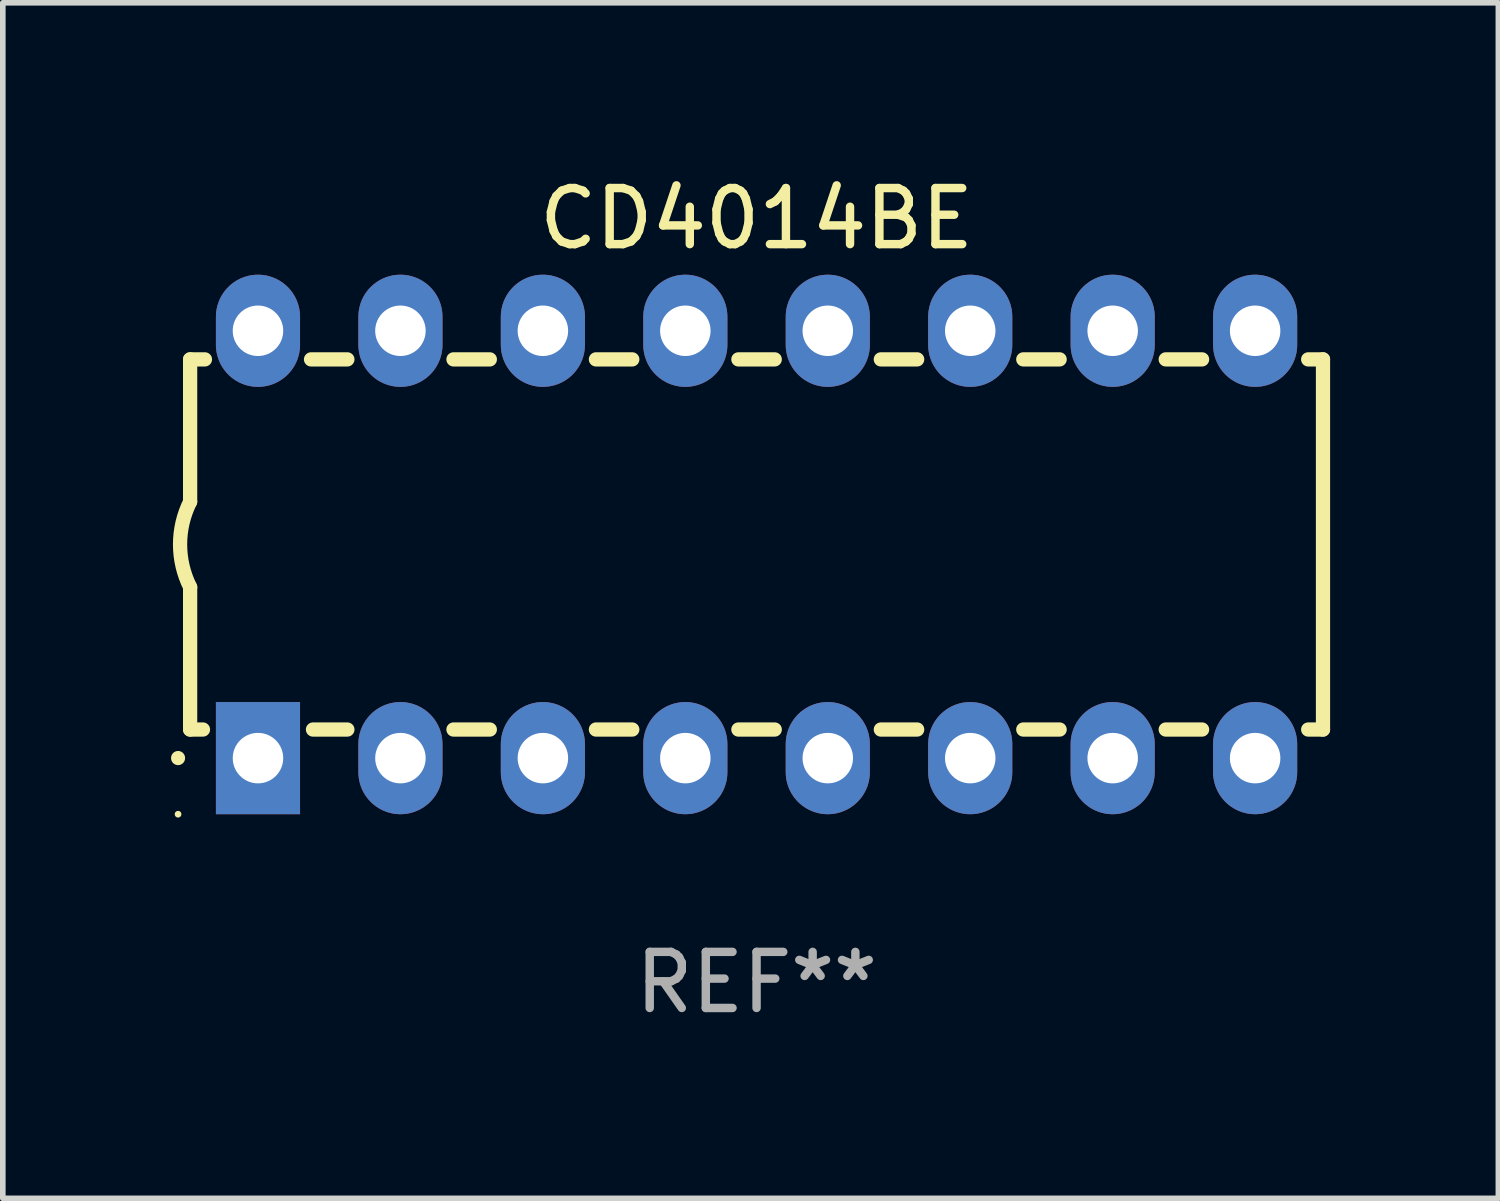
<source format=kicad_pcb>
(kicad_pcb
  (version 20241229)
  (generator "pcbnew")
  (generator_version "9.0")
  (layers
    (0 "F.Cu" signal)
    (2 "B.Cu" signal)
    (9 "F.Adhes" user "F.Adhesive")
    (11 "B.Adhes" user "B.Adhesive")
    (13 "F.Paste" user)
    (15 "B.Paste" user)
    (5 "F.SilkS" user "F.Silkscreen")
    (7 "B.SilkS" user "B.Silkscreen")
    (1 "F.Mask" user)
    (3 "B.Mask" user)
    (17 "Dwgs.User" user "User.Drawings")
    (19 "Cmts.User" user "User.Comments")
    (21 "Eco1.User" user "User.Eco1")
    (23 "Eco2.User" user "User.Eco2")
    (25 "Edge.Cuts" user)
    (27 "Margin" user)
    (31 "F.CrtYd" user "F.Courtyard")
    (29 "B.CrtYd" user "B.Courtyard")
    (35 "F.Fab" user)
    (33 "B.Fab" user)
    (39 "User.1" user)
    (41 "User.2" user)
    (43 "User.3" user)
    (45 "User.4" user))
  (footprint "CD4014BE"
    (layer "F.Cu")
    (at 10.44 6.658)
    (property "Reference" "CD4014BE" (at 0 -5.81 0) (layer "F.SilkS") (effects (font (size 1 1) (thickness 0.15))))
    (attr through_hole)
    (fp_line (start -10.1 -3.3) (end -10.1 -0.762) (stroke (width 0.254) (type solid)) (layer "F.SilkS"))
    (fp_line (start -10.1 -3.3) (end -9.836 -3.3) (stroke (width 0.254) (type solid)) (layer "F.SilkS"))
    (fp_line (start -10.1 3.3) (end -10.1 0.762) (stroke (width 0.254) (type solid)) (layer "F.SilkS"))
    (fp_line (start -9.871 3.3) (end -10.1 3.3) (stroke (width 0.254) (type solid)) (layer "F.SilkS"))
    (fp_line (start -7.944 -3.3) (end -7.296 -3.3) (stroke (width 0.254) (type solid)) (layer "F.SilkS"))
    (fp_line (start -7.296 3.3) (end -7.909 3.3) (stroke (width 0.254) (type solid)) (layer "F.SilkS"))
    (fp_line (start -5.404 -3.3) (end -4.756 -3.3) (stroke (width 0.254) (type solid)) (layer "F.SilkS"))
    (fp_line (start -4.756 3.3) (end -5.404 3.3) (stroke (width 0.254) (type solid)) (layer "F.SilkS"))
    (fp_line (start -2.864 -3.3) (end -2.216 -3.3) (stroke (width 0.254) (type solid)) (layer "F.SilkS"))
    (fp_line (start -2.216 3.3) (end -2.864 3.3) (stroke (width 0.254) (type solid)) (layer "F.SilkS"))
    (fp_line (start -0.324 -3.3) (end 0.324 -3.3) (stroke (width 0.254) (type solid)) (layer "F.SilkS"))
    (fp_line (start 0.324 3.3) (end -0.324 3.3) (stroke (width 0.254) (type solid)) (layer "F.SilkS"))
    (fp_line (start 2.216 -3.3) (end 2.864 -3.3) (stroke (width 0.254) (type solid)) (layer "F.SilkS"))
    (fp_line (start 2.864 3.3) (end 2.216 3.3) (stroke (width 0.254) (type solid)) (layer "F.SilkS"))
    (fp_line (start 4.756 -3.3) (end 5.404 -3.3) (stroke (width 0.254) (type solid)) (layer "F.SilkS"))
    (fp_line (start 5.404 3.3) (end 4.756 3.3) (stroke (width 0.254) (type solid)) (layer "F.SilkS"))
    (fp_line (start 7.296 -3.3) (end 7.944 -3.3) (stroke (width 0.254) (type solid)) (layer "F.SilkS"))
    (fp_line (start 7.944 3.3) (end 7.296 3.3) (stroke (width 0.254) (type solid)) (layer "F.SilkS"))
    (fp_line (start 9.836 -3.3) (end 10.1 -3.3) (stroke (width 0.254) (type solid)) (layer "F.SilkS"))
    (fp_line (start 10.1 3.3) (end 9.836 3.3) (stroke (width 0.254) (type solid)) (layer "F.SilkS"))
    (fp_line (start 10.1 3.3) (end 10.1 -3.3) (stroke (width 0.254) (type solid)) (layer "F.SilkS"))
    (fp_arc (start -10.314948 3.810008) (mid -10.314955 3.808738) (end -10.314948 3.807468) (stroke (width 0.25) (type solid)) (layer "F.SilkS"))
    (fp_arc (start -10.099048 0.762001) (mid -10.279271 0.000116) (end -10.100038 -0.762002) (stroke (width 0.254001) (type solid)) (layer "F.SilkS"))
    (fp_circle (center -10.315 4.81) (end -10.285 4.81) (stroke (width 0.06) (type solid)) (fill no) (layer "F.SilkS"))
    (fp_text user "REF**" (at 0 7.81 0) (layer "F.Fab") (effects (font (size 1 1) (thickness 0.15))))
    (pad "1" thru_hole rect (at -8.89 3.81 90) (size 2 1.5) (drill 0.9) (layers "*.Cu" "*.Mask"))
    (pad "2" thru_hole oval (at -6.35 3.81 90) (size 2 1.5) (drill 0.9) (layers "*.Cu" "*.Mask"))
    (pad "3" thru_hole oval (at -3.81 3.81 90) (size 2 1.5) (drill 0.9) (layers "*.Cu" "*.Mask"))
    (pad "4" thru_hole oval (at -1.27 3.81 90) (size 2 1.5) (drill 0.9) (layers "*.Cu" "*.Mask"))
    (pad "5" thru_hole oval (at 1.27 3.81 90) (size 2 1.5) (drill 0.9) (layers "*.Cu" "*.Mask"))
    (pad "6" thru_hole oval (at 3.81 3.81 90) (size 2 1.5) (drill 0.9) (layers "*.Cu" "*.Mask"))
    (pad "7" thru_hole oval (at 6.35 3.81 90) (size 2 1.5) (drill 0.9) (layers "*.Cu" "*.Mask"))
    (pad "8" thru_hole oval (at 8.89 3.81 90) (size 2 1.5) (drill 0.9) (layers "*.Cu" "*.Mask"))
    (pad "9" thru_hole oval (at 8.89 -3.81 90) (size 2 1.5) (drill 0.9) (layers "*.Cu" "*.Mask"))
    (pad "10" thru_hole oval (at 6.35 -3.81 90) (size 2 1.5) (drill 0.9) (layers "*.Cu" "*.Mask"))
    (pad "11" thru_hole oval (at 3.81 -3.81 90) (size 2 1.5) (drill 0.9) (layers "*.Cu" "*.Mask"))
    (pad "12" thru_hole oval (at 1.27 -3.81 90) (size 2 1.5) (drill 0.9) (layers "*.Cu" "*.Mask"))
    (pad "13" thru_hole oval (at -1.27 -3.81 90) (size 2 1.5) (drill 0.9) (layers "*.Cu" "*.Mask"))
    (pad "14" thru_hole oval (at -3.81 -3.81 90) (size 2 1.5) (drill 0.9) (layers "*.Cu" "*.Mask"))
    (pad "15" thru_hole oval (at -6.35 -3.81 90) (size 2 1.5) (drill 0.9) (layers "*.Cu" "*.Mask"))
    (pad "16" thru_hole oval (at -8.89 -3.81 90) (size 2 1.5) (drill 0.9) (layers "*.Cu" "*.Mask")))
  (gr_rect
    (start -3 -3)
    (end 23.667 18.317)
    (stroke (width 0.1) (type default))
    (fill no)
    (layer "Edge.Cuts")))
</source>
